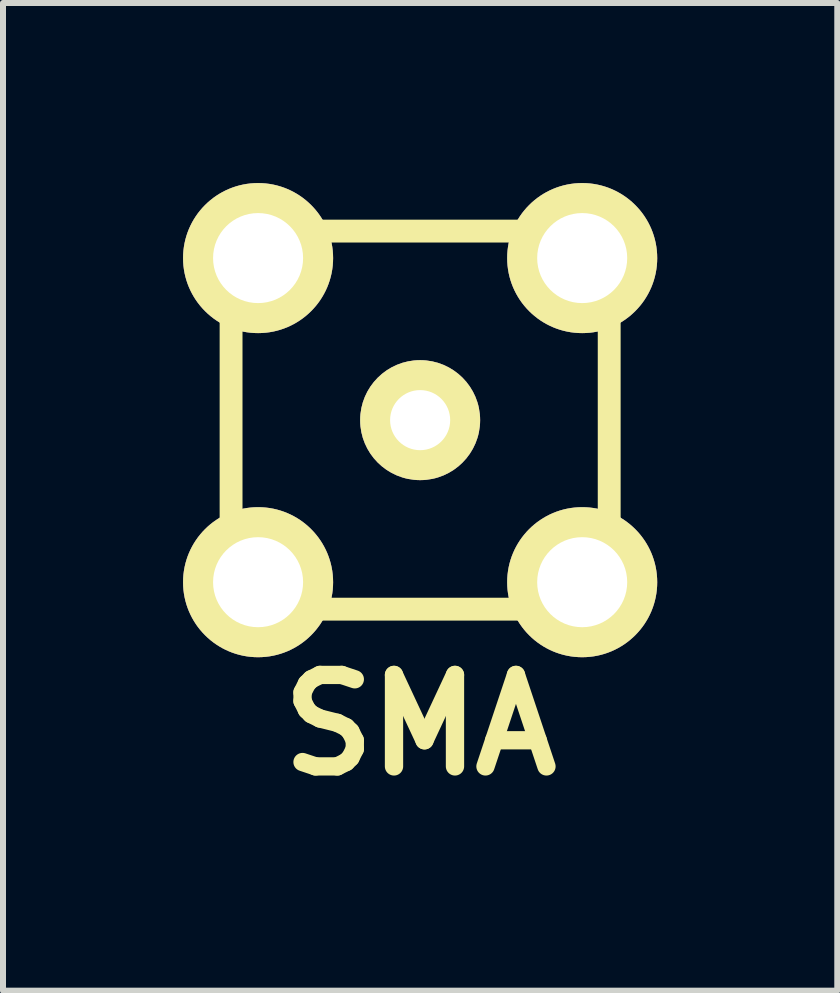
<source format=kicad_pcb>
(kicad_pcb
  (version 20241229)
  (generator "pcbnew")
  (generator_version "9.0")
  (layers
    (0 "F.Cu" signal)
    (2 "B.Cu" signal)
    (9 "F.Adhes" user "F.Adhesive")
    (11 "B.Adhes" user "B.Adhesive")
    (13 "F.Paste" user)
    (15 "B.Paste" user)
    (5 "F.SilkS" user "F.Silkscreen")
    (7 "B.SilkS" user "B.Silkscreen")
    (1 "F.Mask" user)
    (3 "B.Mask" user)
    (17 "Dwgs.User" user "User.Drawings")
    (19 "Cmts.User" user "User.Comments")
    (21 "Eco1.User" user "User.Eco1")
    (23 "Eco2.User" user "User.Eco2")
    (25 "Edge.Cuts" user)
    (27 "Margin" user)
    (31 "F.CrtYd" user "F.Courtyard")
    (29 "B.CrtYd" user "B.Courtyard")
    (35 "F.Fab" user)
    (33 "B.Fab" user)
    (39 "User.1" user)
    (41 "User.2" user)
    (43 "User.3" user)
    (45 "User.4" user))
  (footprint "SMA"
    (layer "F.Cu")
    (at 3.95 3.95)
    (property "Reference" "SMA" (at 0 5.08 0) (layer "F.SilkS") (effects (font (size 1.524 1.524) (thickness 0.305))))
    (attr through_hole)
    (fp_line (start -3.15 -3.15) (end 3.15 -3.15) (stroke (width 0.381) (type solid)) (layer "F.SilkS"))
    (fp_line (start -3.15 3.15) (end -3.15 -3.15) (stroke (width 0.381) (type solid)) (layer "F.SilkS"))
    (fp_line (start 3.15 -3.15) (end 3.15 3.15) (stroke (width 0.381) (type solid)) (layer "F.SilkS"))
    (fp_line (start 3.15 3.15) (end -3.15 3.15) (stroke (width 0.381) (type solid)) (layer "F.SilkS"))
    (pad "1" thru_hole circle (at 0 0) (size 1.999 1.999) (drill 1.001) (layers "*.Cu" "*.Mask" "F.SilkS"))
    (pad "2" thru_hole circle (at -2.7 -2.7) (size 2.5 2.5) (drill 1.5) (layers "*.Cu" "*.Mask" "F.SilkS"))
    (pad "3" thru_hole circle (at 2.7 -2.7) (size 2.5 2.5) (drill 1.5) (layers "*.Cu" "*.Mask" "F.SilkS"))
    (pad "4" thru_hole circle (at 2.7 2.7) (size 2.5 2.5) (drill 1.5) (layers "*.Cu" "*.Mask" "F.SilkS"))
    (pad "5" thru_hole circle (at -2.7 2.7) (size 2.5 2.5) (drill 1.5) (layers "*.Cu" "*.Mask" "F.SilkS")))
  (gr_rect
    (start -3 -3)
    (end 10.9 13.456)
    (stroke (width 0.1) (type default))
    (fill no)
    (layer "Edge.Cuts")))
</source>
